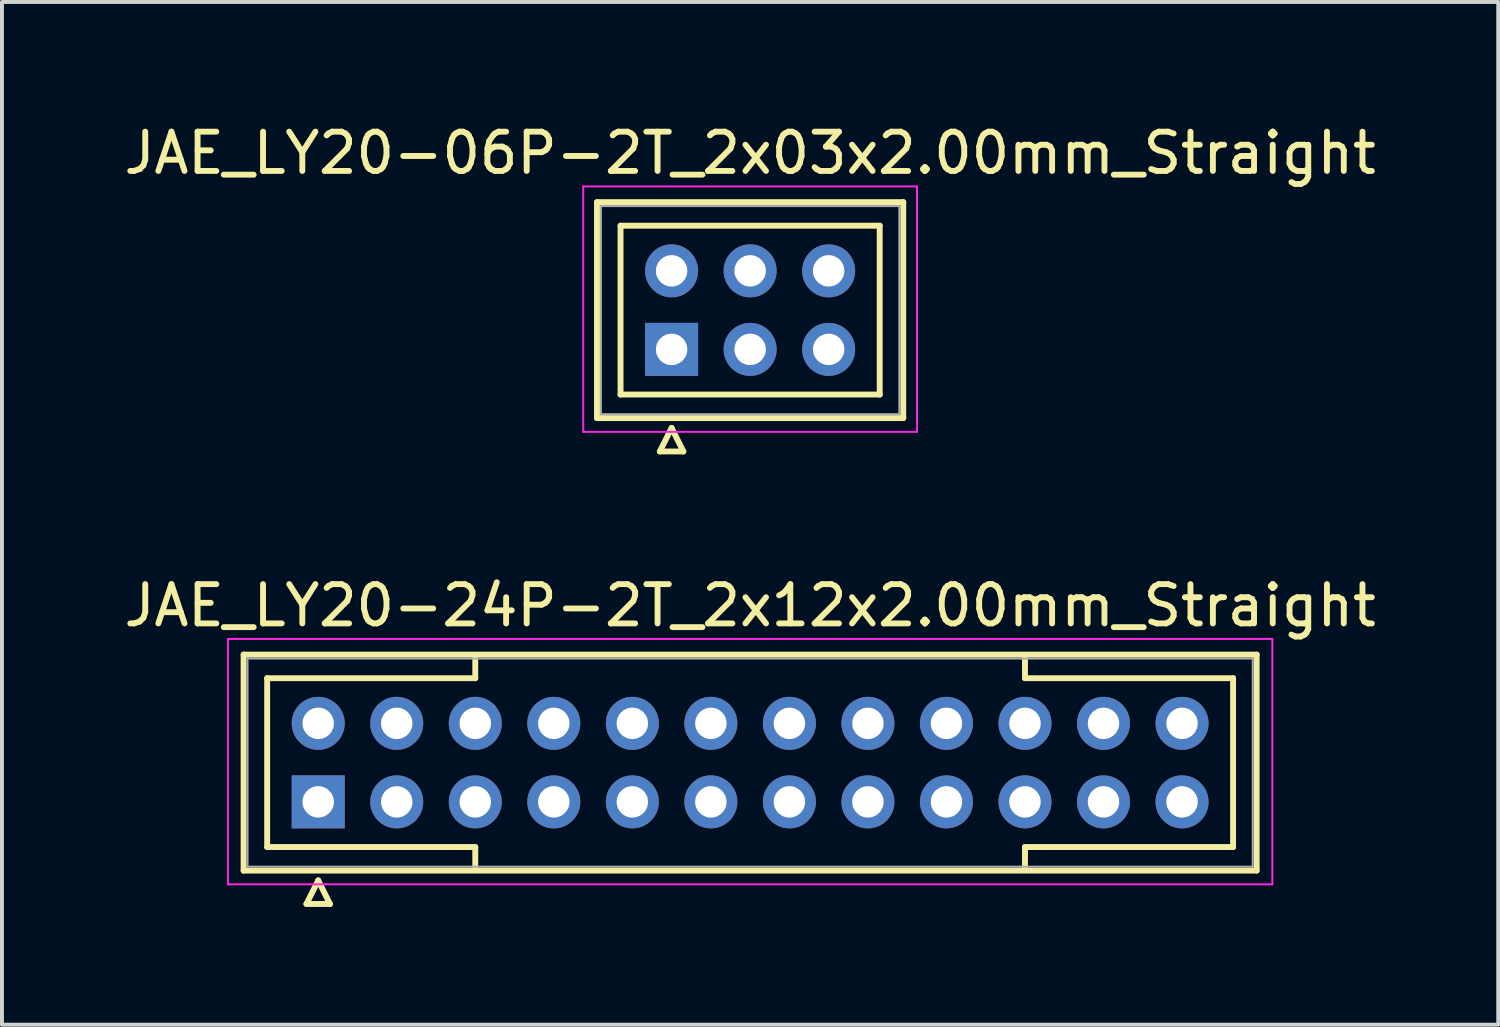
<source format=kicad_pcb>
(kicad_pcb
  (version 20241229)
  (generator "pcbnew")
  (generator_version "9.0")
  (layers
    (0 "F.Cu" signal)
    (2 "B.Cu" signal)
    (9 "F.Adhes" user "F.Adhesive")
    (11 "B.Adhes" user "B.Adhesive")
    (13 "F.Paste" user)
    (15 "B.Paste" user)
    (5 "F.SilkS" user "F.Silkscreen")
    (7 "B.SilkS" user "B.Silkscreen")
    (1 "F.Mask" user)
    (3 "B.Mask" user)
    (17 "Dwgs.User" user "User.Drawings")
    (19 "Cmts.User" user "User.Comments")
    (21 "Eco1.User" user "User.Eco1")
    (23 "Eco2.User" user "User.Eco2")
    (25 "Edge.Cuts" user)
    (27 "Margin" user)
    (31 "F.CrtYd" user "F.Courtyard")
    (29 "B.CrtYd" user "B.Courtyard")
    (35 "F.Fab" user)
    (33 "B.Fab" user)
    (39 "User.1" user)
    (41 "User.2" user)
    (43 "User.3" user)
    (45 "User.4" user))
  (footprint "JAE_LY20-24P-2T_2x12x2.00mm_Straight"
    (layer "F.Cu")
    (at 5.054 17.372)
    (property "Reference" "JAE_LY20-24P-2T_2x12x2.00mm_Straight" (at 11 -5 0) (layer "F.SilkS") (effects (font (size 1 1) (thickness 0.15))))
    (attr through_hole)
    (fp_line (start -1.9 -3.75) (end -1.9 1.75) (stroke (width 0.15) (type solid)) (layer "F.SilkS"))
    (fp_line (start -1.9 1.75) (end 23.9 1.75) (stroke (width 0.15) (type solid)) (layer "F.SilkS"))
    (fp_line (start -1.3 -3.15) (end 4 -3.15) (stroke (width 0.15) (type solid)) (layer "F.SilkS"))
    (fp_line (start -1.3 1.15) (end -1.3 -3.15) (stroke (width 0.15) (type solid)) (layer "F.SilkS"))
    (fp_line (start -0.3 2.6) (end 0.3 2.6) (stroke (width 0.15) (type solid)) (layer "F.SilkS"))
    (fp_line (start 0 2) (end -0.3 2.6) (stroke (width 0.15) (type solid)) (layer "F.SilkS"))
    (fp_line (start 0.3 2.6) (end 0 2) (stroke (width 0.15) (type solid)) (layer "F.SilkS"))
    (fp_line (start 4 -3.15) (end 4 -3.65) (stroke (width 0.15) (type solid)) (layer "F.SilkS"))
    (fp_line (start 4 1.15) (end -1.3 1.15) (stroke (width 0.15) (type solid)) (layer "F.SilkS"))
    (fp_line (start 4 1.65) (end 4 1.15) (stroke (width 0.15) (type solid)) (layer "F.SilkS"))
    (fp_line (start 18 -3.15) (end 18 -3.65) (stroke (width 0.15) (type solid)) (layer "F.SilkS"))
    (fp_line (start 18 1.15) (end 23.3 1.15) (stroke (width 0.15) (type solid)) (layer "F.SilkS"))
    (fp_line (start 18 1.65) (end 18 1.15) (stroke (width 0.15) (type solid)) (layer "F.SilkS"))
    (fp_line (start 23.3 -3.15) (end 18 -3.15) (stroke (width 0.15) (type solid)) (layer "F.SilkS"))
    (fp_line (start 23.3 1.15) (end 23.3 -3.15) (stroke (width 0.15) (type solid)) (layer "F.SilkS"))
    (fp_line (start 23.9 -3.75) (end -1.9 -3.75) (stroke (width 0.15) (type solid)) (layer "F.SilkS"))
    (fp_line (start 23.9 1.75) (end 23.9 -3.75) (stroke (width 0.15) (type solid)) (layer "F.SilkS"))
    (fp_line (start -2.3 -4.15) (end -2.3 2.1) (stroke (width 0.05) (type solid)) (layer "F.CrtYd"))
    (fp_line (start -2.3 2.1) (end 24.3 2.1) (stroke (width 0.05) (type solid)) (layer "F.CrtYd"))
    (fp_line (start 24.3 -4.15) (end -2.3 -4.15) (stroke (width 0.05) (type solid)) (layer "F.CrtYd"))
    (fp_line (start 24.3 2.1) (end 24.3 -4.15) (stroke (width 0.05) (type solid)) (layer "F.CrtYd"))
    (fp_line (start -1.8 -3.65) (end -1.8 1.65) (stroke (width 0.05) (type solid)) (layer "F.Fab"))
    (fp_line (start -1.8 1.65) (end 23.8 1.65) (stroke (width 0.05) (type solid)) (layer "F.Fab"))
    (fp_line (start 23.8 -3.65) (end -1.8 -3.65) (stroke (width 0.05) (type solid)) (layer "F.Fab"))
    (fp_line (start 23.8 1.65) (end 23.8 -3.65) (stroke (width 0.05) (type solid)) (layer "F.Fab"))
    (pad "1" thru_hole rect (at 0 0) (size 1.35 1.35) (drill 0.8) (layers "*.Cu" "*.Mask"))
    (pad "2" thru_hole circle (at 2 0) (size 1.35 1.35) (drill 0.8) (layers "*.Cu" "*.Mask"))
    (pad "3" thru_hole circle (at 4 0) (size 1.35 1.35) (drill 0.8) (layers "*.Cu" "*.Mask"))
    (pad "4" thru_hole circle (at 6 0) (size 1.35 1.35) (drill 0.8) (layers "*.Cu" "*.Mask"))
    (pad "5" thru_hole circle (at 8 0) (size 1.35 1.35) (drill 0.8) (layers "*.Cu" "*.Mask"))
    (pad "6" thru_hole circle (at 10 0) (size 1.35 1.35) (drill 0.8) (layers "*.Cu" "*.Mask"))
    (pad "7" thru_hole circle (at 12 0) (size 1.35 1.35) (drill 0.8) (layers "*.Cu" "*.Mask"))
    (pad "8" thru_hole circle (at 14 0) (size 1.35 1.35) (drill 0.8) (layers "*.Cu" "*.Mask"))
    (pad "9" thru_hole circle (at 16 0) (size 1.35 1.35) (drill 0.8) (layers "*.Cu" "*.Mask"))
    (pad "10" thru_hole circle (at 18 0) (size 1.35 1.35) (drill 0.8) (layers "*.Cu" "*.Mask"))
    (pad "11" thru_hole circle (at 20 0) (size 1.35 1.35) (drill 0.8) (layers "*.Cu" "*.Mask"))
    (pad "12" thru_hole circle (at 22 0) (size 1.35 1.35) (drill 0.8) (layers "*.Cu" "*.Mask"))
    (pad "13" thru_hole circle (at 0 -2) (size 1.35 1.35) (drill 0.8) (layers "*.Cu" "*.Mask"))
    (pad "14" thru_hole circle (at 2 -2) (size 1.35 1.35) (drill 0.8) (layers "*.Cu" "*.Mask"))
    (pad "15" thru_hole circle (at 4 -2) (size 1.35 1.35) (drill 0.8) (layers "*.Cu" "*.Mask"))
    (pad "16" thru_hole circle (at 6 -2) (size 1.35 1.35) (drill 0.8) (layers "*.Cu" "*.Mask"))
    (pad "17" thru_hole circle (at 8 -2) (size 1.35 1.35) (drill 0.8) (layers "*.Cu" "*.Mask"))
    (pad "18" thru_hole circle (at 10 -2) (size 1.35 1.35) (drill 0.8) (layers "*.Cu" "*.Mask"))
    (pad "19" thru_hole circle (at 12 -2) (size 1.35 1.35) (drill 0.8) (layers "*.Cu" "*.Mask"))
    (pad "20" thru_hole circle (at 14 -2) (size 1.35 1.35) (drill 0.8) (layers "*.Cu" "*.Mask"))
    (pad "21" thru_hole circle (at 16 -2) (size 1.35 1.35) (drill 0.8) (layers "*.Cu" "*.Mask"))
    (pad "22" thru_hole circle (at 18 -2) (size 1.35 1.35) (drill 0.8) (layers "*.Cu" "*.Mask"))
    (pad "23" thru_hole circle (at 20 -2) (size 1.35 1.35) (drill 0.8) (layers "*.Cu" "*.Mask"))
    (pad "24" thru_hole circle (at 22 -2) (size 1.35 1.35) (drill 0.8) (layers "*.Cu" "*.Mask")))
  (footprint "JAE_LY20-06P-2T_2x03x2.00mm_Straight"
    (layer "F.Cu")
    (at 14.054 5.848)
    (property "Reference" "JAE_LY20-06P-2T_2x03x2.00mm_Straight" (at 2 -5 0) (layer "F.SilkS") (effects (font (size 1 1) (thickness 0.15))))
    (attr through_hole)
    (fp_line (start -1.9 -3.75) (end -1.9 1.75) (stroke (width 0.15) (type solid)) (layer "F.SilkS"))
    (fp_line (start -1.9 1.75) (end 5.9 1.75) (stroke (width 0.15) (type solid)) (layer "F.SilkS"))
    (fp_line (start -1.3 -3.15) (end -1.3 1.15) (stroke (width 0.15) (type solid)) (layer "F.SilkS"))
    (fp_line (start -1.3 1.15) (end 5.3 1.15) (stroke (width 0.15) (type solid)) (layer "F.SilkS"))
    (fp_line (start -0.3 2.6) (end 0.3 2.6) (stroke (width 0.15) (type solid)) (layer "F.SilkS"))
    (fp_line (start 0 2) (end -0.3 2.6) (stroke (width 0.15) (type solid)) (layer "F.SilkS"))
    (fp_line (start 0.3 2.6) (end 0 2) (stroke (width 0.15) (type solid)) (layer "F.SilkS"))
    (fp_line (start 5.3 -3.15) (end -1.3 -3.15) (stroke (width 0.15) (type solid)) (layer "F.SilkS"))
    (fp_line (start 5.3 1.15) (end 5.3 -3.15) (stroke (width 0.15) (type solid)) (layer "F.SilkS"))
    (fp_line (start 5.9 -3.75) (end -1.9 -3.75) (stroke (width 0.15) (type solid)) (layer "F.SilkS"))
    (fp_line (start 5.9 1.75) (end 5.9 -3.75) (stroke (width 0.15) (type solid)) (layer "F.SilkS"))
    (fp_line (start -2.25 -4.15) (end -2.25 2.1) (stroke (width 0.05) (type solid)) (layer "F.CrtYd"))
    (fp_line (start -2.25 2.1) (end 6.25 2.1) (stroke (width 0.05) (type solid)) (layer "F.CrtYd"))
    (fp_line (start 6.25 -4.15) (end -2.25 -4.15) (stroke (width 0.05) (type solid)) (layer "F.CrtYd"))
    (fp_line (start 6.25 2.1) (end 6.25 -4.15) (stroke (width 0.05) (type solid)) (layer "F.CrtYd"))
    (fp_line (start -1.8 -3.65) (end -1.8 1.65) (stroke (width 0.05) (type solid)) (layer "F.Fab"))
    (fp_line (start -1.8 1.65) (end 5.8 1.65) (stroke (width 0.05) (type solid)) (layer "F.Fab"))
    (fp_line (start 5.8 -3.65) (end -1.8 -3.65) (stroke (width 0.05) (type solid)) (layer "F.Fab"))
    (fp_line (start 5.8 1.65) (end 5.8 -3.65) (stroke (width 0.05) (type solid)) (layer "F.Fab"))
    (pad "1" thru_hole rect (at 0 0) (size 1.35 1.35) (drill 0.8) (layers "*.Cu" "*.Mask"))
    (pad "2" thru_hole circle (at 2 0) (size 1.35 1.35) (drill 0.8) (layers "*.Cu" "*.Mask"))
    (pad "3" thru_hole circle (at 4 0) (size 1.35 1.35) (drill 0.8) (layers "*.Cu" "*.Mask"))
    (pad "4" thru_hole circle (at 0 -2) (size 1.35 1.35) (drill 0.8) (layers "*.Cu" "*.Mask"))
    (pad "5" thru_hole circle (at 2 -2) (size 1.35 1.35) (drill 0.8) (layers "*.Cu" "*.Mask"))
    (pad "6" thru_hole circle (at 4 -2) (size 1.35 1.35) (drill 0.8) (layers "*.Cu" "*.Mask")))
  (gr_rect
    (start -3 -3)
    (end 35.107 23.047)
    (stroke (width 0.1) (type default))
    (fill no)
    (layer "Edge.Cuts")))
</source>
